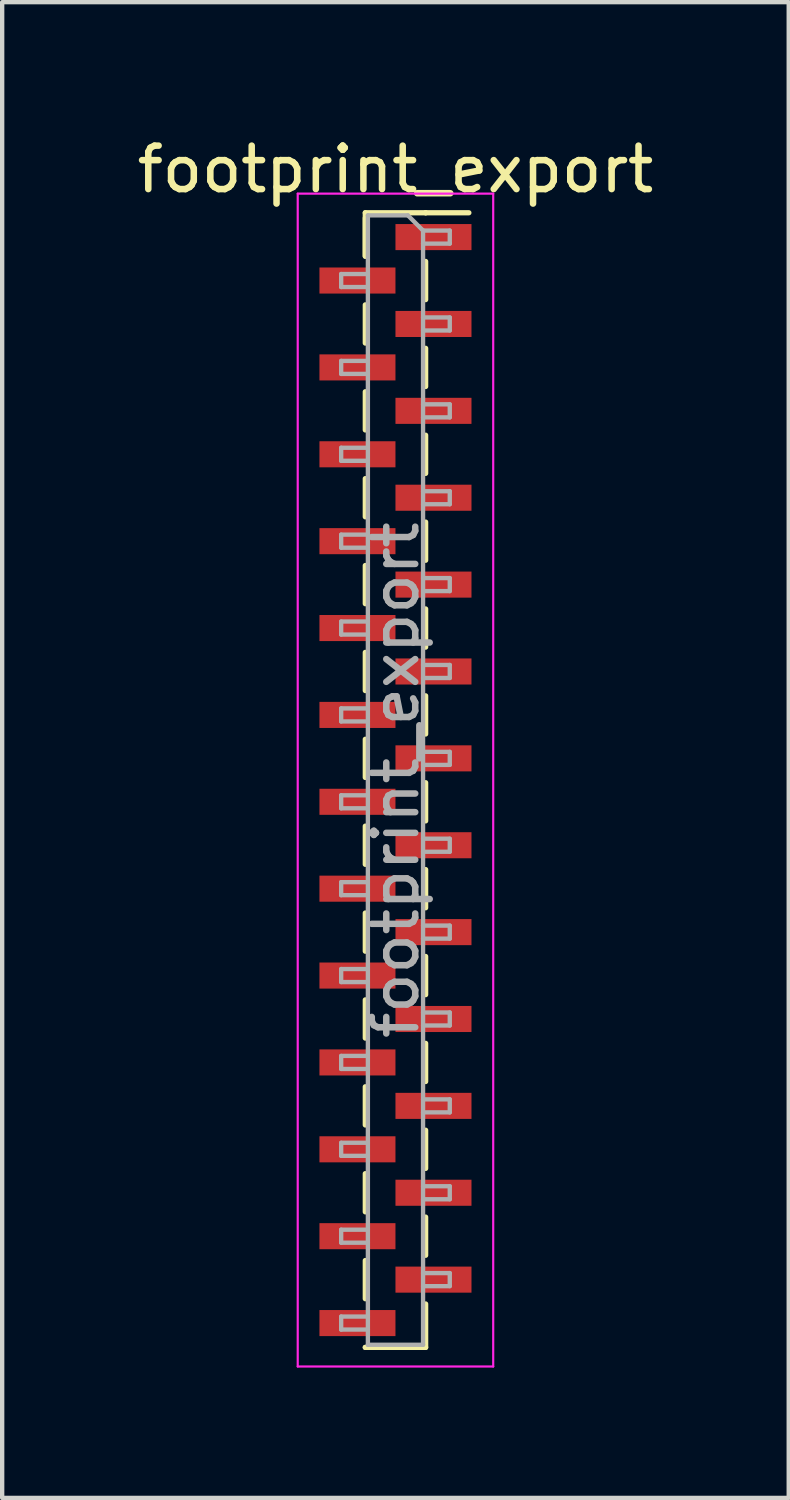
<source format=kicad_pcb>
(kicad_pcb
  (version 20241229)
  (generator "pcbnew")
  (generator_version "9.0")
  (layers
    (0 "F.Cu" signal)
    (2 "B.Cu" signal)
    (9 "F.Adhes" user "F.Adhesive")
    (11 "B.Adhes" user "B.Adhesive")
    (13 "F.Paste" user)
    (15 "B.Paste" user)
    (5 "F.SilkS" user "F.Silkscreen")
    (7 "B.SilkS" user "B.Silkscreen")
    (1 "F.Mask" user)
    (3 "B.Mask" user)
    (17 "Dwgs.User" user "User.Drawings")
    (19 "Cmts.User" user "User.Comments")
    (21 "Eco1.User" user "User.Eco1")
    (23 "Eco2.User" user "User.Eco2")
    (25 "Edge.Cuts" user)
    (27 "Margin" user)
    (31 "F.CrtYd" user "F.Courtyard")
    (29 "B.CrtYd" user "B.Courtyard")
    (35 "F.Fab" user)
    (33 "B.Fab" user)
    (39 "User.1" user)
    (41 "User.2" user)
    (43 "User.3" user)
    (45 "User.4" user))
  (footprint "footprint_export"
    (layer "F.Cu")
    (at 6.054 14.908)
    (property "Reference" "footprint_export" (at 0 -14.06 0) (layer "F.SilkS") (effects (font (size 1 1) (thickness 0.15))))
    (attr smd)
    (fp_line (start -0.695 -13.06) (end -0.695 -12.06) (stroke (width 0.12) (type solid)) (layer "F.SilkS"))
    (fp_line (start -0.695 -13.06) (end 0.695 -13.06) (stroke (width 0.12) (type solid)) (layer "F.SilkS"))
    (fp_line (start -0.695 -12.94) (end -0.695 -12.06) (stroke (width 0.12) (type solid)) (layer "F.SilkS"))
    (fp_line (start -0.695 -10.94) (end -0.695 -10.06) (stroke (width 0.12) (type solid)) (layer "F.SilkS"))
    (fp_line (start -0.695 -8.94) (end -0.695 -8.06) (stroke (width 0.12) (type solid)) (layer "F.SilkS"))
    (fp_line (start -0.695 -6.94) (end -0.695 -6.06) (stroke (width 0.12) (type solid)) (layer "F.SilkS"))
    (fp_line (start -0.695 -4.94) (end -0.695 -4.06) (stroke (width 0.12) (type solid)) (layer "F.SilkS"))
    (fp_line (start -0.695 -2.94) (end -0.695 -2.06) (stroke (width 0.12) (type solid)) (layer "F.SilkS"))
    (fp_line (start -0.695 -0.94) (end -0.695 -0.06) (stroke (width 0.12) (type solid)) (layer "F.SilkS"))
    (fp_line (start -0.695 1.06) (end -0.695 1.94) (stroke (width 0.12) (type solid)) (layer "F.SilkS"))
    (fp_line (start -0.695 3.06) (end -0.695 3.94) (stroke (width 0.12) (type solid)) (layer "F.SilkS"))
    (fp_line (start -0.695 5.06) (end -0.695 5.94) (stroke (width 0.12) (type solid)) (layer "F.SilkS"))
    (fp_line (start -0.695 7.06) (end -0.695 7.94) (stroke (width 0.12) (type solid)) (layer "F.SilkS"))
    (fp_line (start -0.695 9.06) (end -0.695 9.94) (stroke (width 0.12) (type solid)) (layer "F.SilkS"))
    (fp_line (start -0.695 11.06) (end -0.695 11.94) (stroke (width 0.12) (type solid)) (layer "F.SilkS"))
    (fp_line (start -0.695 13.06) (end -0.695 13.06) (stroke (width 0.12) (type solid)) (layer "F.SilkS"))
    (fp_line (start -0.695 13.06) (end 0.695 13.06) (stroke (width 0.12) (type solid)) (layer "F.SilkS"))
    (fp_line (start 0.695 -13.06) (end 0.695 -13.06) (stroke (width 0.12) (type solid)) (layer "F.SilkS"))
    (fp_line (start 0.695 -13.06) (end 1.69 -13.06) (stroke (width 0.12) (type solid)) (layer "F.SilkS"))
    (fp_line (start 0.695 -11.94) (end 0.695 -11.06) (stroke (width 0.12) (type solid)) (layer "F.SilkS"))
    (fp_line (start 0.695 -9.94) (end 0.695 -9.06) (stroke (width 0.12) (type solid)) (layer "F.SilkS"))
    (fp_line (start 0.695 -7.94) (end 0.695 -7.06) (stroke (width 0.12) (type solid)) (layer "F.SilkS"))
    (fp_line (start 0.695 -5.94) (end 0.695 -5.06) (stroke (width 0.12) (type solid)) (layer "F.SilkS"))
    (fp_line (start 0.695 -3.94) (end 0.695 -3.06) (stroke (width 0.12) (type solid)) (layer "F.SilkS"))
    (fp_line (start 0.695 -1.94) (end 0.695 -1.06) (stroke (width 0.12) (type solid)) (layer "F.SilkS"))
    (fp_line (start 0.695 0.06) (end 0.695 0.94) (stroke (width 0.12) (type solid)) (layer "F.SilkS"))
    (fp_line (start 0.695 2.06) (end 0.695 2.94) (stroke (width 0.12) (type solid)) (layer "F.SilkS"))
    (fp_line (start 0.695 4.06) (end 0.695 4.94) (stroke (width 0.12) (type solid)) (layer "F.SilkS"))
    (fp_line (start 0.695 6.06) (end 0.695 6.94) (stroke (width 0.12) (type solid)) (layer "F.SilkS"))
    (fp_line (start 0.695 8.06) (end 0.695 8.94) (stroke (width 0.12) (type solid)) (layer "F.SilkS"))
    (fp_line (start 0.695 10.06) (end 0.695 10.94) (stroke (width 0.12) (type solid)) (layer "F.SilkS"))
    (fp_line (start 0.695 12.06) (end 0.695 13.06) (stroke (width 0.12) (type solid)) (layer "F.SilkS"))
    (fp_line (start -2.25 -13.5) (end -2.25 13.5) (stroke (width 0.05) (type solid)) (layer "F.CrtYd"))
    (fp_line (start -2.25 13.5) (end 2.25 13.5) (stroke (width 0.05) (type solid)) (layer "F.CrtYd"))
    (fp_line (start 2.25 -13.5) (end -2.25 -13.5) (stroke (width 0.05) (type solid)) (layer "F.CrtYd"))
    (fp_line (start 2.25 13.5) (end 2.25 -13.5) (stroke (width 0.05) (type solid)) (layer "F.CrtYd"))
    (fp_line (start -1.25 -11.65) (end -1.25 -11.35) (stroke (width 0.1) (type solid)) (layer "F.Fab"))
    (fp_line (start -1.25 -11.35) (end -0.635 -11.35) (stroke (width 0.1) (type solid)) (layer "F.Fab"))
    (fp_line (start -1.25 -9.65) (end -1.25 -9.35) (stroke (width 0.1) (type solid)) (layer "F.Fab"))
    (fp_line (start -1.25 -9.35) (end -0.635 -9.35) (stroke (width 0.1) (type solid)) (layer "F.Fab"))
    (fp_line (start -1.25 -7.65) (end -1.25 -7.35) (stroke (width 0.1) (type solid)) (layer "F.Fab"))
    (fp_line (start -1.25 -7.35) (end -0.635 -7.35) (stroke (width 0.1) (type solid)) (layer "F.Fab"))
    (fp_line (start -1.25 -5.65) (end -1.25 -5.35) (stroke (width 0.1) (type solid)) (layer "F.Fab"))
    (fp_line (start -1.25 -5.35) (end -0.635 -5.35) (stroke (width 0.1) (type solid)) (layer "F.Fab"))
    (fp_line (start -1.25 -3.65) (end -1.25 -3.35) (stroke (width 0.1) (type solid)) (layer "F.Fab"))
    (fp_line (start -1.25 -3.35) (end -0.635 -3.35) (stroke (width 0.1) (type solid)) (layer "F.Fab"))
    (fp_line (start -1.25 -1.65) (end -1.25 -1.35) (stroke (width 0.1) (type solid)) (layer "F.Fab"))
    (fp_line (start -1.25 -1.35) (end -0.635 -1.35) (stroke (width 0.1) (type solid)) (layer "F.Fab"))
    (fp_line (start -1.25 0.35) (end -1.25 0.65) (stroke (width 0.1) (type solid)) (layer "F.Fab"))
    (fp_line (start -1.25 0.65) (end -0.635 0.65) (stroke (width 0.1) (type solid)) (layer "F.Fab"))
    (fp_line (start -1.25 2.35) (end -1.25 2.65) (stroke (width 0.1) (type solid)) (layer "F.Fab"))
    (fp_line (start -1.25 2.65) (end -0.635 2.65) (stroke (width 0.1) (type solid)) (layer "F.Fab"))
    (fp_line (start -1.25 4.35) (end -1.25 4.65) (stroke (width 0.1) (type solid)) (layer "F.Fab"))
    (fp_line (start -1.25 4.65) (end -0.635 4.65) (stroke (width 0.1) (type solid)) (layer "F.Fab"))
    (fp_line (start -1.25 6.35) (end -1.25 6.65) (stroke (width 0.1) (type solid)) (layer "F.Fab"))
    (fp_line (start -1.25 6.65) (end -0.635 6.65) (stroke (width 0.1) (type solid)) (layer "F.Fab"))
    (fp_line (start -1.25 8.35) (end -1.25 8.65) (stroke (width 0.1) (type solid)) (layer "F.Fab"))
    (fp_line (start -1.25 8.65) (end -0.635 8.65) (stroke (width 0.1) (type solid)) (layer "F.Fab"))
    (fp_line (start -1.25 10.35) (end -1.25 10.65) (stroke (width 0.1) (type solid)) (layer "F.Fab"))
    (fp_line (start -1.25 10.65) (end -0.635 10.65) (stroke (width 0.1) (type solid)) (layer "F.Fab"))
    (fp_line (start -1.25 12.35) (end -1.25 12.65) (stroke (width 0.1) (type solid)) (layer "F.Fab"))
    (fp_line (start -1.25 12.65) (end -0.635 12.65) (stroke (width 0.1) (type solid)) (layer "F.Fab"))
    (fp_line (start -0.635 -13) (end -0.635 13) (stroke (width 0.1) (type solid)) (layer "F.Fab"))
    (fp_line (start -0.635 -13) (end 0.285 -13) (stroke (width 0.1) (type solid)) (layer "F.Fab"))
    (fp_line (start -0.635 -11.65) (end -1.25 -11.65) (stroke (width 0.1) (type solid)) (layer "F.Fab"))
    (fp_line (start -0.635 -9.65) (end -1.25 -9.65) (stroke (width 0.1) (type solid)) (layer "F.Fab"))
    (fp_line (start -0.635 -7.65) (end -1.25 -7.65) (stroke (width 0.1) (type solid)) (layer "F.Fab"))
    (fp_line (start -0.635 -5.65) (end -1.25 -5.65) (stroke (width 0.1) (type solid)) (layer "F.Fab"))
    (fp_line (start -0.635 -3.65) (end -1.25 -3.65) (stroke (width 0.1) (type solid)) (layer "F.Fab"))
    (fp_line (start -0.635 -1.65) (end -1.25 -1.65) (stroke (width 0.1) (type solid)) (layer "F.Fab"))
    (fp_line (start -0.635 0.35) (end -1.25 0.35) (stroke (width 0.1) (type solid)) (layer "F.Fab"))
    (fp_line (start -0.635 2.35) (end -1.25 2.35) (stroke (width 0.1) (type solid)) (layer "F.Fab"))
    (fp_line (start -0.635 4.35) (end -1.25 4.35) (stroke (width 0.1) (type solid)) (layer "F.Fab"))
    (fp_line (start -0.635 6.35) (end -1.25 6.35) (stroke (width 0.1) (type solid)) (layer "F.Fab"))
    (fp_line (start -0.635 8.35) (end -1.25 8.35) (stroke (width 0.1) (type solid)) (layer "F.Fab"))
    (fp_line (start -0.635 10.35) (end -1.25 10.35) (stroke (width 0.1) (type solid)) (layer "F.Fab"))
    (fp_line (start -0.635 12.35) (end -1.25 12.35) (stroke (width 0.1) (type solid)) (layer "F.Fab"))
    (fp_line (start 0.635 -12.65) (end 0.285 -13) (stroke (width 0.1) (type solid)) (layer "F.Fab"))
    (fp_line (start 0.635 -12.65) (end 1.25 -12.65) (stroke (width 0.1) (type solid)) (layer "F.Fab"))
    (fp_line (start 0.635 -10.65) (end 1.25 -10.65) (stroke (width 0.1) (type solid)) (layer "F.Fab"))
    (fp_line (start 0.635 -8.65) (end 1.25 -8.65) (stroke (width 0.1) (type solid)) (layer "F.Fab"))
    (fp_line (start 0.635 -6.65) (end 1.25 -6.65) (stroke (width 0.1) (type solid)) (layer "F.Fab"))
    (fp_line (start 0.635 -4.65) (end 1.25 -4.65) (stroke (width 0.1) (type solid)) (layer "F.Fab"))
    (fp_line (start 0.635 -2.65) (end 1.25 -2.65) (stroke (width 0.1) (type solid)) (layer "F.Fab"))
    (fp_line (start 0.635 -0.65) (end 1.25 -0.65) (stroke (width 0.1) (type solid)) (layer "F.Fab"))
    (fp_line (start 0.635 1.35) (end 1.25 1.35) (stroke (width 0.1) (type solid)) (layer "F.Fab"))
    (fp_line (start 0.635 3.35) (end 1.25 3.35) (stroke (width 0.1) (type solid)) (layer "F.Fab"))
    (fp_line (start 0.635 5.35) (end 1.25 5.35) (stroke (width 0.1) (type solid)) (layer "F.Fab"))
    (fp_line (start 0.635 7.35) (end 1.25 7.35) (stroke (width 0.1) (type solid)) (layer "F.Fab"))
    (fp_line (start 0.635 9.35) (end 1.25 9.35) (stroke (width 0.1) (type solid)) (layer "F.Fab"))
    (fp_line (start 0.635 11.35) (end 1.25 11.35) (stroke (width 0.1) (type solid)) (layer "F.Fab"))
    (fp_line (start 0.635 13) (end -0.635 13) (stroke (width 0.1) (type solid)) (layer "F.Fab"))
    (fp_line (start 0.635 13) (end 0.635 -12.65) (stroke (width 0.1) (type solid)) (layer "F.Fab"))
    (fp_line (start 1.25 -12.65) (end 1.25 -12.35) (stroke (width 0.1) (type solid)) (layer "F.Fab"))
    (fp_line (start 1.25 -12.35) (end 0.635 -12.35) (stroke (width 0.1) (type solid)) (layer "F.Fab"))
    (fp_line (start 1.25 -10.65) (end 1.25 -10.35) (stroke (width 0.1) (type solid)) (layer "F.Fab"))
    (fp_line (start 1.25 -10.35) (end 0.635 -10.35) (stroke (width 0.1) (type solid)) (layer "F.Fab"))
    (fp_line (start 1.25 -8.65) (end 1.25 -8.35) (stroke (width 0.1) (type solid)) (layer "F.Fab"))
    (fp_line (start 1.25 -8.35) (end 0.635 -8.35) (stroke (width 0.1) (type solid)) (layer "F.Fab"))
    (fp_line (start 1.25 -6.65) (end 1.25 -6.35) (stroke (width 0.1) (type solid)) (layer "F.Fab"))
    (fp_line (start 1.25 -6.35) (end 0.635 -6.35) (stroke (width 0.1) (type solid)) (layer "F.Fab"))
    (fp_line (start 1.25 -4.65) (end 1.25 -4.35) (stroke (width 0.1) (type solid)) (layer "F.Fab"))
    (fp_line (start 1.25 -4.35) (end 0.635 -4.35) (stroke (width 0.1) (type solid)) (layer "F.Fab"))
    (fp_line (start 1.25 -2.65) (end 1.25 -2.35) (stroke (width 0.1) (type solid)) (layer "F.Fab"))
    (fp_line (start 1.25 -2.35) (end 0.635 -2.35) (stroke (width 0.1) (type solid)) (layer "F.Fab"))
    (fp_line (start 1.25 -0.65) (end 1.25 -0.35) (stroke (width 0.1) (type solid)) (layer "F.Fab"))
    (fp_line (start 1.25 -0.35) (end 0.635 -0.35) (stroke (width 0.1) (type solid)) (layer "F.Fab"))
    (fp_line (start 1.25 1.35) (end 1.25 1.65) (stroke (width 0.1) (type solid)) (layer "F.Fab"))
    (fp_line (start 1.25 1.65) (end 0.635 1.65) (stroke (width 0.1) (type solid)) (layer "F.Fab"))
    (fp_line (start 1.25 3.35) (end 1.25 3.65) (stroke (width 0.1) (type solid)) (layer "F.Fab"))
    (fp_line (start 1.25 3.65) (end 0.635 3.65) (stroke (width 0.1) (type solid)) (layer "F.Fab"))
    (fp_line (start 1.25 5.35) (end 1.25 5.65) (stroke (width 0.1) (type solid)) (layer "F.Fab"))
    (fp_line (start 1.25 5.65) (end 0.635 5.65) (stroke (width 0.1) (type solid)) (layer "F.Fab"))
    (fp_line (start 1.25 7.35) (end 1.25 7.65) (stroke (width 0.1) (type solid)) (layer "F.Fab"))
    (fp_line (start 1.25 7.65) (end 0.635 7.65) (stroke (width 0.1) (type solid)) (layer "F.Fab"))
    (fp_line (start 1.25 9.35) (end 1.25 9.65) (stroke (width 0.1) (type solid)) (layer "F.Fab"))
    (fp_line (start 1.25 9.65) (end 0.635 9.65) (stroke (width 0.1) (type solid)) (layer "F.Fab"))
    (fp_line (start 1.25 11.35) (end 1.25 11.65) (stroke (width 0.1) (type solid)) (layer "F.Fab"))
    (fp_line (start 1.25 11.65) (end 0.635 11.65) (stroke (width 0.1) (type solid)) (layer "F.Fab"))
    (fp_text user "${REFERENCE}" (at 0 0 90) (layer "F.Fab") (effects (font (size 1 1) (thickness 0.15))))
    (pad "1" smd rect (at 0.875 -12.5) (size 1.75 0.6) (layers "F.Cu" "F.Mask" "F.Paste"))
    (pad "2" smd rect (at -0.875 -11.5) (size 1.75 0.6) (layers "F.Cu" "F.Mask" "F.Paste"))
    (pad "3" smd rect (at 0.875 -10.5) (size 1.75 0.6) (layers "F.Cu" "F.Mask" "F.Paste"))
    (pad "4" smd rect (at -0.875 -9.5) (size 1.75 0.6) (layers "F.Cu" "F.Mask" "F.Paste"))
    (pad "5" smd rect (at 0.875 -8.5) (size 1.75 0.6) (layers "F.Cu" "F.Mask" "F.Paste"))
    (pad "6" smd rect (at -0.875 -7.5) (size 1.75 0.6) (layers "F.Cu" "F.Mask" "F.Paste"))
    (pad "7" smd rect (at 0.875 -6.5) (size 1.75 0.6) (layers "F.Cu" "F.Mask" "F.Paste"))
    (pad "8" smd rect (at -0.875 -5.5) (size 1.75 0.6) (layers "F.Cu" "F.Mask" "F.Paste"))
    (pad "9" smd rect (at 0.875 -4.5) (size 1.75 0.6) (layers "F.Cu" "F.Mask" "F.Paste"))
    (pad "10" smd rect (at -0.875 -3.5) (size 1.75 0.6) (layers "F.Cu" "F.Mask" "F.Paste"))
    (pad "11" smd rect (at 0.875 -2.5) (size 1.75 0.6) (layers "F.Cu" "F.Mask" "F.Paste"))
    (pad "12" smd rect (at -0.875 -1.5) (size 1.75 0.6) (layers "F.Cu" "F.Mask" "F.Paste"))
    (pad "13" smd rect (at 0.875 -0.5) (size 1.75 0.6) (layers "F.Cu" "F.Mask" "F.Paste"))
    (pad "14" smd rect (at -0.875 0.5) (size 1.75 0.6) (layers "F.Cu" "F.Mask" "F.Paste"))
    (pad "15" smd rect (at 0.875 1.5) (size 1.75 0.6) (layers "F.Cu" "F.Mask" "F.Paste"))
    (pad "16" smd rect (at -0.875 2.5) (size 1.75 0.6) (layers "F.Cu" "F.Mask" "F.Paste"))
    (pad "17" smd rect (at 0.875 3.5) (size 1.75 0.6) (layers "F.Cu" "F.Mask" "F.Paste"))
    (pad "18" smd rect (at -0.875 4.5) (size 1.75 0.6) (layers "F.Cu" "F.Mask" "F.Paste"))
    (pad "19" smd rect (at 0.875 5.5) (size 1.75 0.6) (layers "F.Cu" "F.Mask" "F.Paste"))
    (pad "20" smd rect (at -0.875 6.5) (size 1.75 0.6) (layers "F.Cu" "F.Mask" "F.Paste"))
    (pad "21" smd rect (at 0.875 7.5) (size 1.75 0.6) (layers "F.Cu" "F.Mask" "F.Paste"))
    (pad "22" smd rect (at -0.875 8.5) (size 1.75 0.6) (layers "F.Cu" "F.Mask" "F.Paste"))
    (pad "23" smd rect (at 0.875 9.5) (size 1.75 0.6) (layers "F.Cu" "F.Mask" "F.Paste"))
    (pad "24" smd rect (at -0.875 10.5) (size 1.75 0.6) (layers "F.Cu" "F.Mask" "F.Paste"))
    (pad "25" smd rect (at 0.875 11.5) (size 1.75 0.6) (layers "F.Cu" "F.Mask" "F.Paste"))
    (pad "26" smd rect (at -0.875 12.5) (size 1.75 0.6) (layers "F.Cu" "F.Mask" "F.Paste")))
  (gr_rect
    (start -3 -3)
    (end 15.107 31.433)
    (stroke (width 0.1) (type default))
    (fill no)
    (layer "Edge.Cuts")))
</source>
